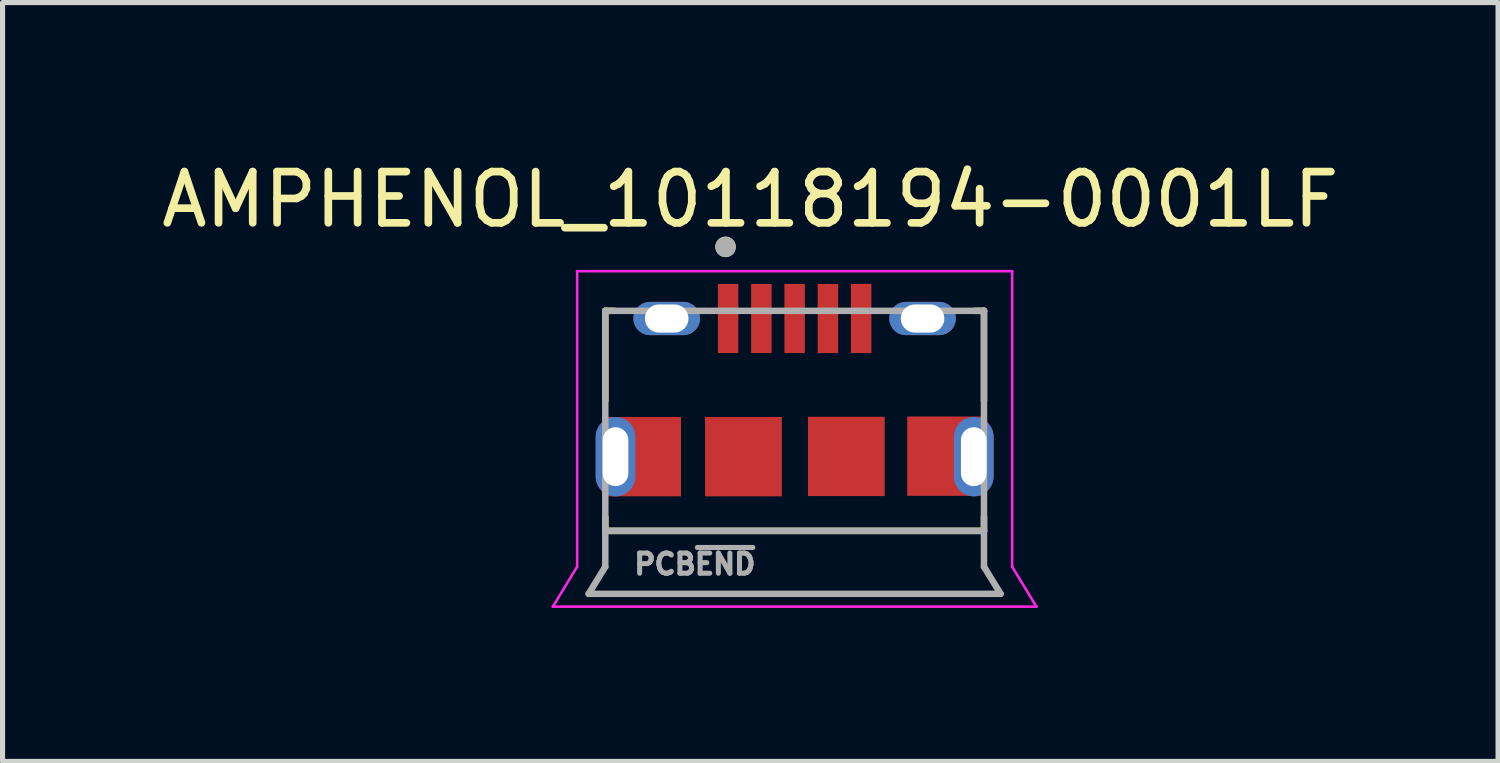
<source format=kicad_pcb>
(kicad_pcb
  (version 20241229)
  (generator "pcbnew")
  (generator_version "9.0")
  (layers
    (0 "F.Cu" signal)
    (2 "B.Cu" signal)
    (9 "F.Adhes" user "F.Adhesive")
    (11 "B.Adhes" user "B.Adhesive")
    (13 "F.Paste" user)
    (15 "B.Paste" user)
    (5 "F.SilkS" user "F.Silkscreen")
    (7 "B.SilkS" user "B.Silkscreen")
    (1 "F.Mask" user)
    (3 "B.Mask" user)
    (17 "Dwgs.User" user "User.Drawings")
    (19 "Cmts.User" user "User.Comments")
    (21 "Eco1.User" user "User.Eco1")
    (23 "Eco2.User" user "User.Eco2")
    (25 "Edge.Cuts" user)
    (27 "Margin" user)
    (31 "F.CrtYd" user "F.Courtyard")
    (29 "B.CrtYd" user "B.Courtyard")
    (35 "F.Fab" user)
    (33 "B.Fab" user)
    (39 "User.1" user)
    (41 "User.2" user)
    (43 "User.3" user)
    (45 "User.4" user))
  (footprint "AMPHENOL_10118194-0001LF"
    (layer "F.Cu")
    (at 12.478 5.874)
    (property "Reference" "AMPHENOL_10118194-0001LF" (at -0.866 -5.025 0) (layer "F.SilkS") (effects (font (size 1.001 1.001) (thickness 0.15))))
    (fp_poly (pts (xy -3.6 -0.875) (xy -2.2 -0.875) (xy -2.2 0.875) (xy -3.6 0.875) (xy -3.626 0.874) (xy -3.652 0.872) (xy -3.678 0.869) (xy -3.704 0.864) (xy -3.729 0.858) (xy -3.755 0.851) (xy -3.779 0.842) (xy -3.803 0.832) (xy -3.827 0.821) (xy -3.85 0.808) (xy -3.872 0.794) (xy -3.894 0.78) (xy -3.915 0.764) (xy -3.935 0.747) (xy -3.954 0.729) (xy -3.972 0.71) (xy -3.989 0.69) (xy -4.005 0.669) (xy -4.019 0.647) (xy -4.033 0.625) (xy -4.046 0.602) (xy -4.057 0.578) (xy -4.067 0.554) (xy -4.076 0.53) (xy -4.083 0.504) (xy -4.089 0.479) (xy -4.094 0.453) (xy -4.097 0.427) (xy -4.099 0.401) (xy -4.1 0.375) (xy -4.1 -0.375) (xy -4.099 -0.401) (xy -4.097 -0.427) (xy -4.094 -0.453) (xy -4.089 -0.479) (xy -4.083 -0.504) (xy -4.076 -0.53) (xy -4.067 -0.554) (xy -4.057 -0.578) (xy -4.046 -0.602) (xy -4.033 -0.625) (xy -4.019 -0.647) (xy -4.005 -0.669) (xy -3.989 -0.69) (xy -3.972 -0.71) (xy -3.954 -0.729) (xy -3.935 -0.747) (xy -3.915 -0.764) (xy -3.894 -0.78) (xy -3.872 -0.794) (xy -3.85 -0.808) (xy -3.827 -0.821) (xy -3.803 -0.832) (xy -3.779 -0.842) (xy -3.755 -0.851) (xy -3.729 -0.858) (xy -3.704 -0.864) (xy -3.678 -0.869) (xy -3.652 -0.872) (xy -3.626 -0.874) (xy -3.6 -0.875)) (stroke (width 0.0001) (type solid)) (fill yes) (layer "F.Mask"))
    (fp_poly (pts (xy 3.6 0.875) (xy 2.2 0.875) (xy 2.2 -0.875) (xy 3.6 -0.875) (xy 3.626 -0.874) (xy 3.652 -0.872) (xy 3.678 -0.869) (xy 3.704 -0.864) (xy 3.729 -0.858) (xy 3.755 -0.851) (xy 3.779 -0.842) (xy 3.803 -0.832) (xy 3.827 -0.821) (xy 3.85 -0.808) (xy 3.872 -0.794) (xy 3.894 -0.78) (xy 3.915 -0.764) (xy 3.935 -0.747) (xy 3.954 -0.729) (xy 3.972 -0.71) (xy 3.989 -0.69) (xy 4.005 -0.669) (xy 4.019 -0.647) (xy 4.033 -0.625) (xy 4.046 -0.602) (xy 4.057 -0.578) (xy 4.067 -0.554) (xy 4.076 -0.53) (xy 4.083 -0.504) (xy 4.089 -0.479) (xy 4.094 -0.453) (xy 4.097 -0.427) (xy 4.099 -0.401) (xy 4.1 -0.375) (xy 4.1 0.375) (xy 4.099 0.401) (xy 4.097 0.427) (xy 4.094 0.453) (xy 4.089 0.479) (xy 4.083 0.504) (xy 4.076 0.53) (xy 4.067 0.554) (xy 4.057 0.578) (xy 4.046 0.602) (xy 4.033 0.625) (xy 4.019 0.647) (xy 4.005 0.669) (xy 3.989 0.69) (xy 3.972 0.71) (xy 3.954 0.729) (xy 3.935 0.747) (xy 3.915 0.764) (xy 3.894 0.78) (xy 3.872 0.794) (xy 3.85 0.808) (xy 3.827 0.821) (xy 3.803 0.832) (xy 3.779 0.842) (xy 3.755 0.851) (xy 3.729 0.858) (xy 3.704 0.864) (xy 3.678 0.869) (xy 3.652 0.872) (xy 3.626 0.874) (xy 3.6 0.875)) (stroke (width 0.0001) (type solid)) (fill yes) (layer "F.Mask"))
    (fp_line (start -3.7 -2.85) (end -3.7 -1.095) (stroke (width 0.127) (type solid)) (layer "F.SilkS"))
    (fp_line (start -3.7 -2.85) (end -3.52 -2.85) (stroke (width 0.127) (type solid)) (layer "F.SilkS"))
    (fp_line (start -3.7 1.45) (end -3.7 1.18) (stroke (width 0.127) (type solid)) (layer "F.SilkS"))
    (fp_line (start -3.7 1.45) (end 3.7 1.45) (stroke (width 0.127) (type solid)) (layer "F.SilkS"))
    (fp_line (start 3.7 -2.85) (end 3.52 -2.85) (stroke (width 0.127) (type solid)) (layer "F.SilkS"))
    (fp_line (start 3.7 -2.85) (end 3.7 -1.095) (stroke (width 0.127) (type solid)) (layer "F.SilkS"))
    (fp_line (start 3.7 1.18) (end 3.7 1.45) (stroke (width 0.127) (type solid)) (layer "F.SilkS"))
    (fp_circle (center -1.35 -4.1) (end -1.25 -4.1) (stroke (width 0.2) (type solid)) (fill no) (layer "F.SilkS"))
    (fp_line (start -3.5 -0.77) (end -3.5 -0.6) (stroke (width 0.0001) (type solid)) (layer "F.Paste"))
    (fp_line (start 3.5 0.77) (end 3.5 0.6) (stroke (width 0.0001) (type solid)) (layer "F.Paste"))
    (fp_poly (pts (xy -3.5 -0.775) (xy -3.5 -0.575) (xy -3.487 -0.575) (xy -3.474 -0.574) (xy -3.461 -0.572) (xy -3.448 -0.57) (xy -3.435 -0.566) (xy -3.423 -0.563) (xy -3.41 -0.558) (xy -3.398 -0.553) (xy -3.387 -0.548) (xy -3.375 -0.542) (xy -3.364 -0.535) (xy -3.353 -0.527) (xy -3.343 -0.519) (xy -3.333 -0.511) (xy -3.323 -0.502) (xy -3.314 -0.492) (xy -3.306 -0.482) (xy -3.298 -0.472) (xy -3.29 -0.461) (xy -3.283 -0.45) (xy -3.277 -0.438) (xy -3.272 -0.427) (xy -3.267 -0.415) (xy -3.262 -0.402) (xy -3.259 -0.39) (xy -3.255 -0.377) (xy -3.253 -0.364) (xy -3.251 -0.351) (xy -3.25 -0.338) (xy -3.25 -0.325) (xy -3.25 0.325) (xy -3.25 0.338) (xy -3.251 0.351) (xy -3.253 0.364) (xy -3.255 0.377) (xy -3.259 0.39) (xy -3.262 0.402) (xy -3.267 0.415) (xy -3.272 0.427) (xy -3.277 0.438) (xy -3.283 0.45) (xy -3.29 0.461) (xy -3.298 0.472) (xy -3.306 0.482) (xy -3.314 0.492) (xy -3.323 0.502) (xy -3.333 0.511) (xy -3.343 0.519) (xy -3.353 0.527) (xy -3.364 0.535) (xy -3.375 0.542) (xy -3.387 0.548) (xy -3.398 0.553) (xy -3.41 0.558) (xy -3.423 0.563) (xy -3.435 0.566) (xy -3.448 0.57) (xy -3.461 0.572) (xy -3.474 0.574) (xy -3.487 0.575) (xy -3.5 0.575) (xy -3.5 0.775) (xy -2.3 0.775) (xy -2.3 -0.775) (xy -3.5 -0.775)) (stroke (width 0.0001) (type solid)) (fill yes) (layer "F.Paste"))
    (fp_poly (pts (xy 3.5 0.775) (xy 3.5 0.575) (xy 3.487 0.575) (xy 3.474 0.574) (xy 3.461 0.572) (xy 3.448 0.57) (xy 3.435 0.566) (xy 3.423 0.563) (xy 3.41 0.558) (xy 3.398 0.553) (xy 3.387 0.548) (xy 3.375 0.542) (xy 3.364 0.535) (xy 3.353 0.527) (xy 3.343 0.519) (xy 3.333 0.511) (xy 3.323 0.502) (xy 3.314 0.492) (xy 3.306 0.482) (xy 3.298 0.472) (xy 3.29 0.461) (xy 3.283 0.45) (xy 3.277 0.438) (xy 3.272 0.427) (xy 3.267 0.415) (xy 3.262 0.402) (xy 3.259 0.39) (xy 3.255 0.377) (xy 3.253 0.364) (xy 3.251 0.351) (xy 3.25 0.338) (xy 3.25 0.325) (xy 3.25 -0.325) (xy 3.25 -0.338) (xy 3.251 -0.351) (xy 3.253 -0.364) (xy 3.255 -0.377) (xy 3.259 -0.39) (xy 3.262 -0.402) (xy 3.267 -0.415) (xy 3.272 -0.427) (xy 3.277 -0.438) (xy 3.283 -0.45) (xy 3.29 -0.461) (xy 3.298 -0.472) (xy 3.306 -0.482) (xy 3.314 -0.492) (xy 3.323 -0.502) (xy 3.333 -0.511) (xy 3.343 -0.519) (xy 3.353 -0.527) (xy 3.364 -0.535) (xy 3.375 -0.542) (xy 3.387 -0.548) (xy 3.398 -0.553) (xy 3.41 -0.558) (xy 3.423 -0.563) (xy 3.435 -0.566) (xy 3.448 -0.57) (xy 3.461 -0.572) (xy 3.474 -0.574) (xy 3.487 -0.575) (xy 3.5 -0.575) (xy 3.5 -0.775) (xy 2.3 -0.775) (xy 2.3 0.775) (xy 3.5 0.775)) (stroke (width 0.0001) (type solid)) (fill yes) (layer "F.Paste"))
    (fp_poly (pts (xy -3.5 -0.775) (xy -3.5 -0.575) (xy -3.513 -0.575) (xy -3.526 -0.574) (xy -3.539 -0.572) (xy -3.552 -0.57) (xy -3.565 -0.566) (xy -3.577 -0.563) (xy -3.59 -0.558) (xy -3.602 -0.553) (xy -3.613 -0.548) (xy -3.625 -0.542) (xy -3.636 -0.535) (xy -3.647 -0.527) (xy -3.657 -0.519) (xy -3.667 -0.511) (xy -3.677 -0.502) (xy -3.686 -0.492) (xy -3.694 -0.482) (xy -3.702 -0.472) (xy -3.71 -0.461) (xy -3.717 -0.45) (xy -3.723 -0.438) (xy -3.728 -0.427) (xy -3.733 -0.415) (xy -3.738 -0.402) (xy -3.741 -0.39) (xy -3.745 -0.377) (xy -3.747 -0.364) (xy -3.749 -0.351) (xy -3.75 -0.338) (xy -3.75 -0.325) (xy -3.75 0.325) (xy -3.75 0.338) (xy -3.749 0.351) (xy -3.747 0.364) (xy -3.745 0.377) (xy -3.741 0.39) (xy -3.738 0.402) (xy -3.733 0.415) (xy -3.728 0.427) (xy -3.723 0.438) (xy -3.717 0.45) (xy -3.71 0.461) (xy -3.702 0.472) (xy -3.694 0.482) (xy -3.686 0.492) (xy -3.677 0.502) (xy -3.667 0.511) (xy -3.657 0.519) (xy -3.647 0.527) (xy -3.636 0.535) (xy -3.625 0.542) (xy -3.613 0.548) (xy -3.602 0.553) (xy -3.59 0.558) (xy -3.577 0.563) (xy -3.565 0.566) (xy -3.552 0.57) (xy -3.539 0.572) (xy -3.526 0.574) (xy -3.513 0.575) (xy -3.5 0.575) (xy -3.5 0.775) (xy -3.526 0.774) (xy -3.552 0.772) (xy -3.578 0.769) (xy -3.604 0.764) (xy -3.629 0.758) (xy -3.655 0.751) (xy -3.679 0.742) (xy -3.703 0.732) (xy -3.727 0.721) (xy -3.75 0.708) (xy -3.772 0.694) (xy -3.794 0.68) (xy -3.815 0.664) (xy -3.835 0.647) (xy -3.854 0.629) (xy -3.872 0.61) (xy -3.889 0.59) (xy -3.905 0.569) (xy -3.919 0.547) (xy -3.933 0.525) (xy -3.946 0.502) (xy -3.957 0.478) (xy -3.967 0.454) (xy -3.976 0.43) (xy -3.983 0.404) (xy -3.989 0.379) (xy -3.994 0.353) (xy -3.997 0.327) (xy -3.999 0.301) (xy -4 0.275) (xy -4 -0.275) (xy -3.999 -0.301) (xy -3.997 -0.327) (xy -3.994 -0.353) (xy -3.989 -0.379) (xy -3.983 -0.404) (xy -3.976 -0.43) (xy -3.967 -0.454) (xy -3.957 -0.478) (xy -3.946 -0.502) (xy -3.933 -0.525) (xy -3.919 -0.547) (xy -3.905 -0.569) (xy -3.889 -0.59) (xy -3.872 -0.61) (xy -3.854 -0.629) (xy -3.835 -0.647) (xy -3.815 -0.664) (xy -3.794 -0.68) (xy -3.772 -0.694) (xy -3.75 -0.708) (xy -3.727 -0.721) (xy -3.703 -0.732) (xy -3.679 -0.742) (xy -3.655 -0.751) (xy -3.629 -0.758) (xy -3.604 -0.764) (xy -3.578 -0.769) (xy -3.552 -0.772) (xy -3.526 -0.774) (xy -3.5 -0.775)) (stroke (width 0.0001) (type solid)) (fill yes) (layer "F.Paste"))
    (fp_poly (pts (xy 3.5 0.775) (xy 3.5 0.575) (xy 3.513 0.575) (xy 3.526 0.574) (xy 3.539 0.572) (xy 3.552 0.57) (xy 3.565 0.566) (xy 3.577 0.563) (xy 3.59 0.558) (xy 3.602 0.553) (xy 3.613 0.548) (xy 3.625 0.542) (xy 3.636 0.535) (xy 3.647 0.527) (xy 3.657 0.519) (xy 3.667 0.511) (xy 3.677 0.502) (xy 3.686 0.492) (xy 3.694 0.482) (xy 3.702 0.472) (xy 3.71 0.461) (xy 3.717 0.45) (xy 3.723 0.438) (xy 3.728 0.427) (xy 3.733 0.415) (xy 3.738 0.402) (xy 3.741 0.39) (xy 3.745 0.377) (xy 3.747 0.364) (xy 3.749 0.351) (xy 3.75 0.338) (xy 3.75 0.325) (xy 3.75 -0.325) (xy 3.75 -0.338) (xy 3.749 -0.351) (xy 3.747 -0.364) (xy 3.745 -0.377) (xy 3.741 -0.39) (xy 3.738 -0.402) (xy 3.733 -0.415) (xy 3.728 -0.427) (xy 3.723 -0.438) (xy 3.717 -0.45) (xy 3.71 -0.461) (xy 3.702 -0.472) (xy 3.694 -0.482) (xy 3.686 -0.492) (xy 3.677 -0.502) (xy 3.667 -0.511) (xy 3.657 -0.519) (xy 3.647 -0.527) (xy 3.636 -0.535) (xy 3.625 -0.542) (xy 3.613 -0.548) (xy 3.602 -0.553) (xy 3.59 -0.558) (xy 3.577 -0.563) (xy 3.565 -0.566) (xy 3.552 -0.57) (xy 3.539 -0.572) (xy 3.526 -0.574) (xy 3.513 -0.575) (xy 3.5 -0.575) (xy 3.5 -0.775) (xy 3.526 -0.774) (xy 3.552 -0.772) (xy 3.578 -0.769) (xy 3.604 -0.764) (xy 3.629 -0.758) (xy 3.655 -0.751) (xy 3.679 -0.742) (xy 3.703 -0.732) (xy 3.727 -0.721) (xy 3.75 -0.708) (xy 3.772 -0.694) (xy 3.794 -0.68) (xy 3.815 -0.664) (xy 3.835 -0.647) (xy 3.854 -0.629) (xy 3.872 -0.61) (xy 3.889 -0.59) (xy 3.905 -0.569) (xy 3.919 -0.547) (xy 3.933 -0.525) (xy 3.946 -0.502) (xy 3.957 -0.478) (xy 3.967 -0.454) (xy 3.976 -0.43) (xy 3.983 -0.404) (xy 3.989 -0.379) (xy 3.994 -0.353) (xy 3.997 -0.327) (xy 3.999 -0.301) (xy 4 -0.275) (xy 4 0.275) (xy 3.999 0.301) (xy 3.997 0.327) (xy 3.994 0.353) (xy 3.989 0.379) (xy 3.983 0.404) (xy 3.976 0.43) (xy 3.967 0.454) (xy 3.957 0.478) (xy 3.946 0.502) (xy 3.933 0.525) (xy 3.919 0.547) (xy 3.905 0.569) (xy 3.889 0.59) (xy 3.872 0.61) (xy 3.854 0.629) (xy 3.835 0.647) (xy 3.815 0.664) (xy 3.794 0.68) (xy 3.772 0.694) (xy 3.75 0.708) (xy 3.727 0.721) (xy 3.703 0.732) (xy 3.679 0.742) (xy 3.655 0.751) (xy 3.629 0.758) (xy 3.604 0.764) (xy 3.578 0.769) (xy 3.552 0.772) (xy 3.526 0.774) (xy 3.5 0.775)) (stroke (width 0.0001) (type solid)) (fill yes) (layer "F.Paste"))
    (fp_line (start -4.725 2.93) (end -4.25 2.15) (stroke (width 0.05) (type solid)) (layer "F.CrtYd"))
    (fp_line (start -4.25 -3.625) (end 4.25 -3.625) (stroke (width 0.05) (type solid)) (layer "F.CrtYd"))
    (fp_line (start -4.25 2.15) (end -4.25 -3.625) (stroke (width 0.05) (type solid)) (layer "F.CrtYd"))
    (fp_line (start 4.25 2.15) (end 4.25 -3.625) (stroke (width 0.05) (type solid)) (layer "F.CrtYd"))
    (fp_line (start 4.725 2.93) (end -4.725 2.93) (stroke (width 0.05) (type solid)) (layer "F.CrtYd"))
    (fp_line (start 4.725 2.93) (end 4.25 2.15) (stroke (width 0.05) (type solid)) (layer "F.CrtYd"))
    (fp_line (start -4.025 2.68) (end 4.025 2.68) (stroke (width 0.127) (type solid)) (layer "F.Fab"))
    (fp_line (start -3.7 -2.85) (end -3.7 1.45) (stroke (width 0.127) (type solid)) (layer "F.Fab"))
    (fp_line (start -3.7 -2.85) (end 3.7 -2.85) (stroke (width 0.127) (type solid)) (layer "F.Fab"))
    (fp_line (start -3.7 1.45) (end -3.7 2.15) (stroke (width 0.127) (type solid)) (layer "F.Fab"))
    (fp_line (start -3.7 1.45) (end 3.7 1.45) (stroke (width 0.127) (type solid)) (layer "F.Fab"))
    (fp_line (start -3.7 2.15) (end -4.025 2.68) (stroke (width 0.127) (type solid)) (layer "F.Fab"))
    (fp_line (start 3.7 1.45) (end 3.7 -2.85) (stroke (width 0.127) (type solid)) (layer "F.Fab"))
    (fp_line (start 3.7 2.15) (end 3.7 1.45) (stroke (width 0.127) (type solid)) (layer "F.Fab"))
    (fp_line (start 4.025 2.68) (end 3.7 2.15) (stroke (width 0.127) (type solid)) (layer "F.Fab"))
    (fp_circle (center -1.35 -4.1) (end -1.25 -4.1) (stroke (width 0.2) (type solid)) (fill no) (layer "F.Fab"))
    (fp_text user "PCB~{END}" (at -1.95 2.1 0) (layer "F.Fab") (effects (font (size 0.394 0.394) (thickness 0.15))))
    (pad "1" smd rect (at -1.3 -2.7) (size 0.4 1.35) (layers "F.Cu" "F.Mask" "F.Paste"))
    (pad "2" smd rect (at -0.65 -2.7) (size 0.4 1.35) (layers "F.Cu" "F.Mask" "F.Paste"))
    (pad "3" smd rect (at 0 -2.7) (size 0.4 1.35) (layers "F.Cu" "F.Mask" "F.Paste"))
    (pad "4" smd rect (at 0.65 -2.7) (size 0.4 1.35) (layers "F.Cu" "F.Mask" "F.Paste"))
    (pad "5" smd rect (at 1.3 -2.7) (size 0.4 1.35) (layers "F.Cu" "F.Mask" "F.Paste"))
    (pad "6" thru_hole oval (at -3.5 0) (size 0.775 1.55) (drill oval 0.5 1.15) (layers "*.Cu" "*.Mask"))
    (pad "6" smd rect (at -2.97 0) (size 1.5 1.55) (layers "F.Cu" "F.Mask" "F.Paste"))
    (pad "6" thru_hole oval (at -2.5 -2.7) (size 1.3 0.65) (drill oval 0.85 0.55) (layers "*.Cu" "*.Mask"))
    (pad "6" smd rect (at -1 0) (size 1.5 1.55) (layers "F.Cu" "F.Mask" "F.Paste"))
    (pad "6" smd rect (at 1.01 -0.005 180) (size 1.5 1.55) (layers "F.Cu" "F.Mask" "F.Paste"))
    (pad "6" thru_hole oval (at 2.5 -2.7) (size 1.3 0.65) (drill oval 0.85 0.55) (layers "*.Cu" "*.Mask"))
    (pad "6" smd rect (at 2.95 -0.01 180) (size 1.5 1.55) (layers "F.Cu" "F.Mask" "F.Paste"))
    (pad "6" thru_hole oval (at 3.5 0) (size 0.775 1.55) (drill oval 0.5 1.15) (layers "*.Cu" "*.Mask")))
  (gr_rect
    (start -3 -3)
    (end 26.224 11.829)
    (stroke (width 0.1) (type default))
    (fill no)
    (layer "Edge.Cuts")))
</source>
